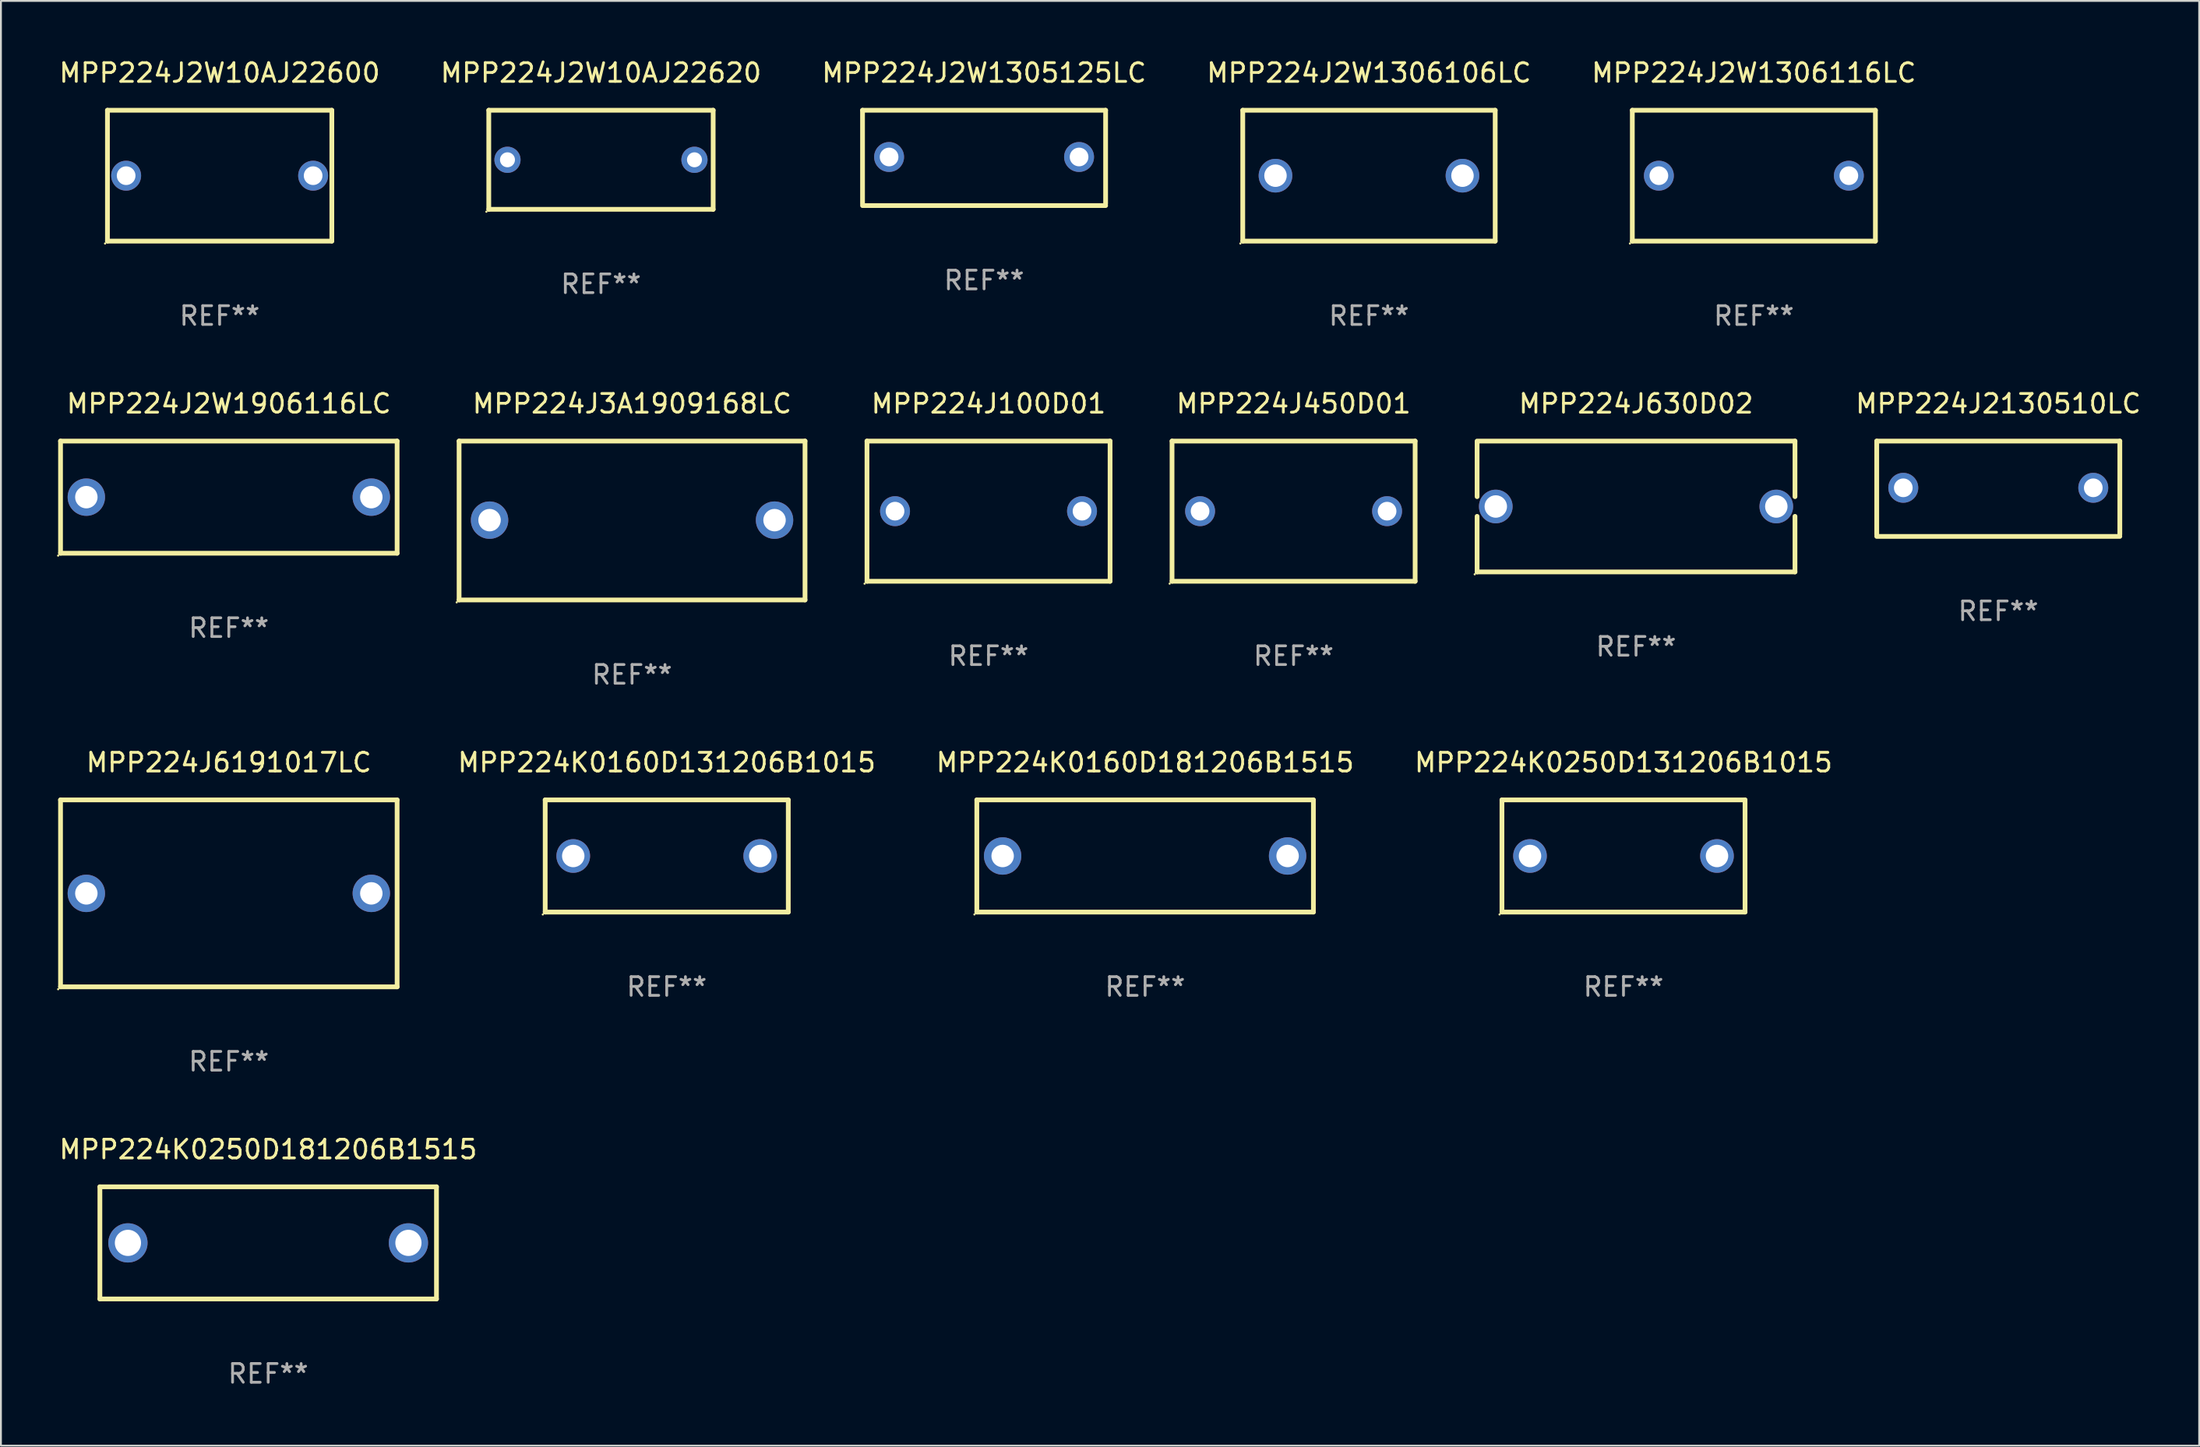
<source format=kicad_pcb>
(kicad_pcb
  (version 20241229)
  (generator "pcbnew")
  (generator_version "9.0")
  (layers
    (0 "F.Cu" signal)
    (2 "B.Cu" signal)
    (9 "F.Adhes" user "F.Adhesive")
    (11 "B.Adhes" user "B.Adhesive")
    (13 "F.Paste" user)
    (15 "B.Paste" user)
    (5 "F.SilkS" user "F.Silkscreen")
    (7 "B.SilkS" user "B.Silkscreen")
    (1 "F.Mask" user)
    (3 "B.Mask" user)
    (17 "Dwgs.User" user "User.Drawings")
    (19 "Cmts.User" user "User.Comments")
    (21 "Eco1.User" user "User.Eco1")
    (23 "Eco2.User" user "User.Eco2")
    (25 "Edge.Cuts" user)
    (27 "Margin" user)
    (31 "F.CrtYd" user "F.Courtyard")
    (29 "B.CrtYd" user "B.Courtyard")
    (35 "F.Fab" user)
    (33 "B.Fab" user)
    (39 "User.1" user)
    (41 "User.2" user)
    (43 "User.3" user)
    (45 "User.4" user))
  (footprint "MPP224K0160D131206B1015"
    (layer "F.Cu")
    (at 32.606 42.741)
    (property "Reference" "MPP224K0160D131206B1015" (at 0 -5 0) (layer "F.SilkS") (effects (font (size 1 1) (thickness 0.15))))
    (attr through_hole)
    (fp_line (start -6.5 -3) (end 6.5 -3) (stroke (width 0.254) (type solid)) (layer "F.SilkS"))
    (fp_line (start -6.5 3) (end -6.5 -3) (stroke (width 0.254) (type solid)) (layer "F.SilkS"))
    (fp_line (start -6.5 3) (end 6.5 3) (stroke (width 0.254) (type solid)) (layer "F.SilkS"))
    (fp_line (start 6.5 -3) (end 6.5 3) (stroke (width 0.254) (type solid)) (layer "F.SilkS"))
    (fp_circle (center -6.627 3.127) (end -6.597 3.127) (stroke (width 0.06) (type solid)) (fill no) (layer "F.SilkS"))
    (fp_text user "REF**" (at 0 7 0) (layer "F.Fab") (effects (font (size 1 1) (thickness 0.15))))
    (pad "1" thru_hole circle (at -5 0) (size 1.8 1.8) (drill 1.2) (layers "*.Cu" "*.Mask"))
    (pad "2" thru_hole circle (at 5 0) (size 1.8 1.8) (drill 1.2) (layers "*.Cu" "*.Mask")))
  (footprint "MPP224K0250D131206B1015"
    (layer "F.Cu")
    (at 83.772 42.741)
    (property "Reference" "MPP224K0250D131206B1015" (at 0 -5 0) (layer "F.SilkS") (effects (font (size 1 1) (thickness 0.15))))
    (attr through_hole)
    (fp_line (start -6.5 -3) (end 6.5 -3) (stroke (width 0.254) (type solid)) (layer "F.SilkS"))
    (fp_line (start -6.5 3) (end -6.5 -3) (stroke (width 0.254) (type solid)) (layer "F.SilkS"))
    (fp_line (start -6.5 3) (end 6.5 3) (stroke (width 0.254) (type solid)) (layer "F.SilkS"))
    (fp_line (start 6.5 -3) (end 6.5 3) (stroke (width 0.254) (type solid)) (layer "F.SilkS"))
    (fp_circle (center -6.627 3.127) (end -6.597 3.127) (stroke (width 0.06) (type solid)) (fill no) (layer "F.SilkS"))
    (fp_text user "REF**" (at 0 7 0) (layer "F.Fab") (effects (font (size 1 1) (thickness 0.15))))
    (pad "1" thru_hole circle (at -5 0) (size 1.8 1.8) (drill 1.2) (layers "*.Cu" "*.Mask"))
    (pad "2" thru_hole circle (at 5 0) (size 1.8 1.8) (drill 1.2) (layers "*.Cu" "*.Mask")))
  (footprint "MPP224J6191017LC"
    (layer "F.Cu")
    (at 9.187 44.741)
    (property "Reference" "MPP224J6191017LC" (at 0 -7 0) (layer "F.SilkS") (effects (font (size 1 1) (thickness 0.15))))
    (attr through_hole)
    (fp_line (start -9 -5) (end 9 -5) (stroke (width 0.254) (type solid)) (layer "F.SilkS"))
    (fp_line (start -9 5) (end -9 -5) (stroke (width 0.254) (type solid)) (layer "F.SilkS"))
    (fp_line (start 9 -5) (end 9 5) (stroke (width 0.254) (type solid)) (layer "F.SilkS"))
    (fp_line (start 9 5) (end -9 5) (stroke (width 0.254) (type solid)) (layer "F.SilkS"))
    (fp_circle (center -9.127 5.127) (end -9.097 5.127) (stroke (width 0.06) (type solid)) (fill no) (layer "F.SilkS"))
    (fp_text user "REF**" (at 0 9 0) (layer "F.Fab") (effects (font (size 1 1) (thickness 0.15))))
    (pad "1" thru_hole circle (at -7.62 0) (size 2 2) (drill 1.2) (layers "*.Cu" "*.Mask"))
    (pad "2" thru_hole circle (at 7.62 0) (size 2 2) (drill 1.2) (layers "*.Cu" "*.Mask")))
  (footprint "MPP224J2130510LC"
    (layer "F.Cu")
    (at 103.815 23.095)
    (property "Reference" "MPP224J2130510LC" (at 0 -4.55 0) (layer "F.SilkS") (effects (font (size 1 1) (thickness 0.15))))
    (attr through_hole)
    (fp_line (start -6.5 -2.55) (end 6.5 -2.55) (stroke (width 0.254) (type solid)) (layer "F.SilkS"))
    (fp_line (start -6.5 2.45) (end -6.5 -2.55) (stroke (width 0.254) (type solid)) (layer "F.SilkS"))
    (fp_line (start 6.5 -2.55) (end 6.5 2.45) (stroke (width 0.254) (type solid)) (layer "F.SilkS"))
    (fp_line (start 6.5 2.55) (end -6.5 2.55) (stroke (width 0.254) (type solid)) (layer "F.SilkS"))
    (fp_circle (center -6.5 2.45) (end -6.47 2.45) (stroke (width 0.06) (type solid)) (fill no) (layer "F.SilkS"))
    (fp_text user "REF**" (at 0 6.55 0) (layer "F.Fab") (effects (font (size 1 1) (thickness 0.15))))
    (pad "1" thru_hole circle (at -5.08 -0.05) (size 1.6 1.6) (drill 1) (layers "*.Cu" "*.Mask"))
    (pad "2" thru_hole circle (at 5.08 -0.05) (size 1.6 1.6) (drill 1) (layers "*.Cu" "*.Mask")))
  (footprint "MPP224J450D01"
    (layer "F.Cu")
    (at 66.129 24.295)
    (property "Reference" "MPP224J450D01" (at 0 -5.75 0) (layer "F.SilkS") (effects (font (size 1 1) (thickness 0.15))))
    (attr through_hole)
    (fp_line (start -6.5 -3.75) (end 6.5 -3.75) (stroke (width 0.254) (type solid)) (layer "F.SilkS"))
    (fp_line (start -6.5 3.75) (end -6.5 -3.75) (stroke (width 0.254) (type solid)) (layer "F.SilkS"))
    (fp_line (start 6.5 -3.75) (end 6.5 3.75) (stroke (width 0.254) (type solid)) (layer "F.SilkS"))
    (fp_line (start 6.5 3.75) (end -6.5 3.75) (stroke (width 0.254) (type solid)) (layer "F.SilkS"))
    (fp_circle (center -6.627 3.877) (end -6.597 3.877) (stroke (width 0.06) (type solid)) (fill no) (layer "F.SilkS"))
    (fp_text user "REF**" (at 0 7.75 0) (layer "F.Fab") (effects (font (size 1 1) (thickness 0.15))))
    (pad "1" thru_hole circle (at -5 0) (size 1.6 1.6) (drill 1) (layers "*.Cu" "*.Mask"))
    (pad "2" thru_hole circle (at 5 0) (size 1.6 1.6) (drill 1) (layers "*.Cu" "*.Mask")))
  (footprint "MPP224J3A1909168LC"
    (layer "F.Cu")
    (at 30.751 24.795)
    (property "Reference" "MPP224J3A1909168LC" (at 0 -6.25 0) (layer "F.SilkS") (effects (font (size 1 1) (thickness 0.15))))
    (attr through_hole)
    (fp_line (start -9.25 -4.25) (end 9.25 -4.25) (stroke (width 0.254) (type solid)) (layer "F.SilkS"))
    (fp_line (start -9.25 4.25) (end -9.25 -4.25) (stroke (width 0.254) (type solid)) (layer "F.SilkS"))
    (fp_line (start 9.25 -4.25) (end 9.25 4.25) (stroke (width 0.254) (type solid)) (layer "F.SilkS"))
    (fp_line (start 9.25 4.25) (end -9.25 4.25) (stroke (width 0.254) (type solid)) (layer "F.SilkS"))
    (fp_circle (center -9.377 4.377) (end -9.347 4.377) (stroke (width 0.06) (type solid)) (fill no) (layer "F.SilkS"))
    (fp_text user "REF**" (at 0 8.25 0) (layer "F.Fab") (effects (font (size 1 1) (thickness 0.15))))
    (pad "1" thru_hole circle (at -7.62 -0.02) (size 2 2) (drill 1.2) (layers "*.Cu" "*.Mask"))
    (pad "2" thru_hole circle (at 7.62 -0.02) (size 2 2) (drill 1.2) (layers "*.Cu" "*.Mask")))
  (footprint "MPP224J2W1305125LC"
    (layer "F.Cu")
    (at 49.577 5.398)
    (property "Reference" "MPP224J2W1305125LC" (at 0 -4.55 0) (layer "F.SilkS") (effects (font (size 1 1) (thickness 0.15))))
    (attr through_hole)
    (fp_line (start -6.5 -2.55) (end 6.5 -2.55) (stroke (width 0.254) (type solid)) (layer "F.SilkS"))
    (fp_line (start -6.5 2.45) (end -6.5 -2.55) (stroke (width 0.254) (type solid)) (layer "F.SilkS"))
    (fp_line (start 6.5 -2.55) (end 6.5 2.45) (stroke (width 0.254) (type solid)) (layer "F.SilkS"))
    (fp_line (start 6.5 2.55) (end -6.5 2.55) (stroke (width 0.254) (type solid)) (layer "F.SilkS"))
    (fp_circle (center -6.5 2.45) (end -6.47 2.45) (stroke (width 0.06) (type solid)) (fill no) (layer "F.SilkS"))
    (fp_text user "REF**" (at 0 6.55 0) (layer "F.Fab") (effects (font (size 1 1) (thickness 0.15))))
    (pad "1" thru_hole circle (at -5.08 -0.05) (size 1.6 1.6) (drill 1) (layers "*.Cu" "*.Mask"))
    (pad "2" thru_hole circle (at 5.08 -0.05) (size 1.6 1.6) (drill 1) (layers "*.Cu" "*.Mask")))
  (footprint "MPP224J2W10AJ22620"
    (layer "F.Cu")
    (at 29.089 5.498)
    (property "Reference" "MPP224J2W10AJ22620" (at 0 -4.65 0) (layer "F.SilkS") (effects (font (size 1 1) (thickness 0.15))))
    (attr through_hole)
    (fp_line (start -6 -2.65) (end -6 2.65) (stroke (width 0.254) (type solid)) (layer "F.SilkS"))
    (fp_line (start -6 -2.65) (end 6 -2.65) (stroke (width 0.254) (type solid)) (layer "F.SilkS"))
    (fp_line (start 6 -2.65) (end 6 2.65) (stroke (width 0.254) (type solid)) (layer "F.SilkS"))
    (fp_line (start 6 2.65) (end -6 2.65) (stroke (width 0.254) (type solid)) (layer "F.SilkS"))
    (fp_circle (center -6.127 2.777) (end -6.097 2.777) (stroke (width 0.06) (type solid)) (fill no) (layer "F.SilkS"))
    (fp_text user "REF**" (at 0 6.65 0) (layer "F.Fab") (effects (font (size 1 1) (thickness 0.15))))
    (pad "1" thru_hole circle (at -5 0) (size 1.4 1.4) (drill 0.8) (layers "*.Cu" "*.Mask"))
    (pad "2" thru_hole circle (at 5 0) (size 1.4 1.4) (drill 0.8) (layers "*.Cu" "*.Mask")))
  (footprint "MPP224J630D02"
    (layer "F.Cu")
    (at 84.443 24.045)
    (property "Reference" "MPP224J630D02" (at 0 -5.5 0) (layer "F.SilkS") (effects (font (size 1 1) (thickness 0.15))))
    (attr through_hole)
    (fp_line (start -8.5 -3.5) (end 8.5 -3.5) (stroke (width 0.254) (type solid)) (layer "F.SilkS"))
    (fp_line (start -8.5 -0.527) (end -8.5 -3.429) (stroke (width 0.254) (type solid)) (layer "F.SilkS"))
    (fp_line (start -8.5 3.5) (end -8.5 0.527) (stroke (width 0.254) (type solid)) (layer "F.SilkS"))
    (fp_line (start 8.5 -3.5) (end 8.5 -0.527) (stroke (width 0.254) (type solid)) (layer "F.SilkS"))
    (fp_line (start 8.5 0.527) (end 8.5 3.5) (stroke (width 0.254) (type solid)) (layer "F.SilkS"))
    (fp_line (start 8.5 3.5) (end -8.5 3.5) (stroke (width 0.254) (type solid)) (layer "F.SilkS"))
    (fp_circle (center -8.627 3.627) (end -8.597 3.627) (stroke (width 0.06) (type solid)) (fill no) (layer "F.SilkS"))
    (fp_text user "REF**" (at 0 7.5 0) (layer "F.Fab") (effects (font (size 1 1) (thickness 0.15))))
    (pad "1" thru_hole circle (at -7.501 0) (size 1.8 1.8) (drill 1.2) (layers "*.Cu" "*.Mask"))
    (pad "2" thru_hole circle (at 7.501 0) (size 1.8 1.8) (drill 1.2) (layers "*.Cu" "*.Mask")))
  (footprint "MPP224J2W1306116LC"
    (layer "F.Cu")
    (at 90.744 6.348)
    (property "Reference" "MPP224J2W1306116LC" (at 0 -5.5 0) (layer "F.SilkS") (effects (font (size 1 1) (thickness 0.15))))
    (attr through_hole)
    (fp_line (start -6.5 -3.5) (end 6.5 -3.5) (stroke (width 0.254) (type solid)) (layer "F.SilkS"))
    (fp_line (start -6.5 3.5) (end -6.5 -3.5) (stroke (width 0.254) (type solid)) (layer "F.SilkS"))
    (fp_line (start 6.5 -3.5) (end 6.5 3.5) (stroke (width 0.254) (type solid)) (layer "F.SilkS"))
    (fp_line (start 6.5 3.5) (end -6.5 3.5) (stroke (width 0.254) (type solid)) (layer "F.SilkS"))
    (fp_circle (center -6.627 3.627) (end -6.597 3.627) (stroke (width 0.06) (type solid)) (fill no) (layer "F.SilkS"))
    (fp_text user "REF**" (at 0 7.5 0) (layer "F.Fab") (effects (font (size 1 1) (thickness 0.15))))
    (pad "1" thru_hole circle (at -5.08 -0.000127) (size 1.6 1.6) (drill 1) (layers "*.Cu" "*.Mask"))
    (pad "2" thru_hole circle (at 5.08 -0.000127) (size 1.6 1.6) (drill 1) (layers "*.Cu" "*.Mask")))
  (footprint "MPP224J2W1306106LC"
    (layer "F.Cu")
    (at 70.161 6.348)
    (property "Reference" "MPP224J2W1306106LC" (at 0 -5.5 0) (layer "F.SilkS") (effects (font (size 1 1) (thickness 0.15))))
    (attr through_hole)
    (fp_line (start -6.75 -3.5) (end 6.75 -3.5) (stroke (width 0.254) (type solid)) (layer "F.SilkS"))
    (fp_line (start -6.75 3.5) (end -6.75 -3.5) (stroke (width 0.254) (type solid)) (layer "F.SilkS"))
    (fp_line (start 6.75 -3.5) (end 6.75 3.5) (stroke (width 0.254) (type solid)) (layer "F.SilkS"))
    (fp_line (start 6.75 3.5) (end -6.75 3.5) (stroke (width 0.254) (type solid)) (layer "F.SilkS"))
    (fp_circle (center -6.877 3.627) (end -6.847 3.627) (stroke (width 0.06) (type solid)) (fill no) (layer "F.SilkS"))
    (fp_text user "REF**" (at 0 7.5 0) (layer "F.Fab") (effects (font (size 1 1) (thickness 0.15))))
    (pad "1" thru_hole circle (at -5 0) (size 1.8 1.8) (drill 1.2) (layers "*.Cu" "*.Mask"))
    (pad "2" thru_hole circle (at 5 0) (size 1.8 1.8) (drill 1.2) (layers "*.Cu" "*.Mask")))
  (footprint "MPP224K0250D181206B1515"
    (layer "F.Cu")
    (at 11.292 63.438)
    (property "Reference" "MPP224K0250D181206B1515" (at 0 -5 0) (layer "F.SilkS") (effects (font (size 1 1) (thickness 0.15))))
    (attr through_hole)
    (fp_line (start -9 -3) (end 9 -3) (stroke (width 0.254) (type solid)) (layer "F.SilkS"))
    (fp_line (start -9 3) (end -9 -3) (stroke (width 0.254) (type solid)) (layer "F.SilkS"))
    (fp_line (start 9 -3) (end 9 3) (stroke (width 0.254) (type solid)) (layer "F.SilkS"))
    (fp_line (start 9 3) (end -9 3) (stroke (width 0.254) (type solid)) (layer "F.SilkS"))
    (fp_circle (center -9 3) (end -8.97 3) (stroke (width 0.06) (type solid)) (fill no) (layer "F.SilkS"))
    (fp_text user "REF**" (at 0 7 0) (layer "F.Fab") (effects (font (size 1 1) (thickness 0.15))))
    (pad "1" thru_hole circle (at -7.5 0) (size 2.1 2.1) (drill 1.4) (layers "*.Cu" "*.Mask"))
    (pad "2" thru_hole circle (at 7.5 0) (size 2.1 2.1) (drill 1.4) (layers "*.Cu" "*.Mask")))
  (footprint "MPP224J2W10AJ22600"
    (layer "F.Cu")
    (at 8.696 6.348)
    (property "Reference" "MPP224J2W10AJ22600" (at 0 -5.5 0) (layer "F.SilkS") (effects (font (size 1 1) (thickness 0.15))))
    (attr through_hole)
    (fp_line (start -6 -3.5) (end -6 3.5) (stroke (width 0.254) (type solid)) (layer "F.SilkS"))
    (fp_line (start -6 -3.5) (end 6 -3.5) (stroke (width 0.254) (type solid)) (layer "F.SilkS"))
    (fp_line (start 6 -3.5) (end 6 3.5) (stroke (width 0.254) (type solid)) (layer "F.SilkS"))
    (fp_line (start 6 3.5) (end -6 3.5) (stroke (width 0.254) (type solid)) (layer "F.SilkS"))
    (fp_circle (center -6.127 3.627) (end -6.097 3.627) (stroke (width 0.06) (type solid)) (fill no) (layer "F.SilkS"))
    (fp_text user "REF**" (at 0 7.5 0) (layer "F.Fab") (effects (font (size 1 1) (thickness 0.15))))
    (pad "1" thru_hole circle (at -5 0) (size 1.6 1.6) (drill 1) (layers "*.Cu" "*.Mask"))
    (pad "2" thru_hole circle (at 5 0) (size 1.6 1.6) (drill 1) (layers "*.Cu" "*.Mask")))
  (footprint "MPP224K0160D181206B1515"
    (layer "F.Cu")
    (at 58.189 42.741)
    (property "Reference" "MPP224K0160D181206B1515" (at 0 -5 0) (layer "F.SilkS") (effects (font (size 1 1) (thickness 0.15))))
    (attr through_hole)
    (fp_line (start -9 -3) (end 9 -3) (stroke (width 0.254) (type solid)) (layer "F.SilkS"))
    (fp_line (start -9 3) (end -9 -3) (stroke (width 0.254) (type solid)) (layer "F.SilkS"))
    (fp_line (start 9 -3) (end 9 3) (stroke (width 0.254) (type solid)) (layer "F.SilkS"))
    (fp_line (start 9 3) (end -9 3) (stroke (width 0.254) (type solid)) (layer "F.SilkS"))
    (fp_circle (center -9.127 3.127) (end -9.097 3.127) (stroke (width 0.06) (type solid)) (fill no) (layer "F.SilkS"))
    (fp_text user "REF**" (at 0 7 0) (layer "F.Fab") (effects (font (size 1 1) (thickness 0.15))))
    (pad "1" thru_hole circle (at -7.62 0) (size 2 2) (drill 1.2) (layers "*.Cu" "*.Mask"))
    (pad "2" thru_hole circle (at 7.62 0) (size 2 2) (drill 1.2) (layers "*.Cu" "*.Mask")))
  (footprint "MPP224J2W1906116LC"
    (layer "F.Cu")
    (at 9.187 23.545)
    (property "Reference" "MPP224J2W1906116LC" (at 0 -5 0) (layer "F.SilkS") (effects (font (size 1 1) (thickness 0.15))))
    (attr through_hole)
    (fp_line (start -9 -3) (end 9 -3) (stroke (width 0.254) (type solid)) (layer "F.SilkS"))
    (fp_line (start -9 3) (end -9 -3) (stroke (width 0.254) (type solid)) (layer "F.SilkS"))
    (fp_line (start 9 -3) (end 9 3) (stroke (width 0.254) (type solid)) (layer "F.SilkS"))
    (fp_line (start 9 3) (end -9 3) (stroke (width 0.254) (type solid)) (layer "F.SilkS"))
    (fp_circle (center -9.127 3.127) (end -9.097 3.127) (stroke (width 0.06) (type solid)) (fill no) (layer "F.SilkS"))
    (fp_text user "REF**" (at 0 7 0) (layer "F.Fab") (effects (font (size 1 1) (thickness 0.15))))
    (pad "1" thru_hole circle (at -7.62 0) (size 2 2) (drill 1.2) (layers "*.Cu" "*.Mask"))
    (pad "2" thru_hole circle (at 7.62 0) (size 2 2) (drill 1.2) (layers "*.Cu" "*.Mask")))
  (footprint "MPP224J100D01"
    (layer "F.Cu")
    (at 49.815 24.295)
    (property "Reference" "MPP224J100D01" (at 0 -5.75 0) (layer "F.SilkS") (effects (font (size 1 1) (thickness 0.15))))
    (attr through_hole)
    (fp_line (start -6.5 -3.75) (end 6.5 -3.75) (stroke (width 0.254) (type solid)) (layer "F.SilkS"))
    (fp_line (start -6.5 3.75) (end -6.5 -3.75) (stroke (width 0.254) (type solid)) (layer "F.SilkS"))
    (fp_line (start 6.5 -3.75) (end 6.5 3.75) (stroke (width 0.254) (type solid)) (layer "F.SilkS"))
    (fp_line (start 6.5 3.75) (end -6.5 3.75) (stroke (width 0.254) (type solid)) (layer "F.SilkS"))
    (fp_circle (center -6.627 3.877) (end -6.597 3.877) (stroke (width 0.06) (type solid)) (fill no) (layer "F.SilkS"))
    (fp_text user "REF**" (at 0 7.75 0) (layer "F.Fab") (effects (font (size 1 1) (thickness 0.15))))
    (pad "1" thru_hole circle (at -5 0) (size 1.6 1.6) (drill 1) (layers "*.Cu" "*.Mask"))
    (pad "2" thru_hole circle (at 5 0) (size 1.6 1.6) (drill 1) (layers "*.Cu" "*.Mask")))
  (gr_rect
    (start -3 -3)
    (end 114.559 74.286)
    (stroke (width 0.1) (type default))
    (fill no)
    (layer "Edge.Cuts")))
</source>
